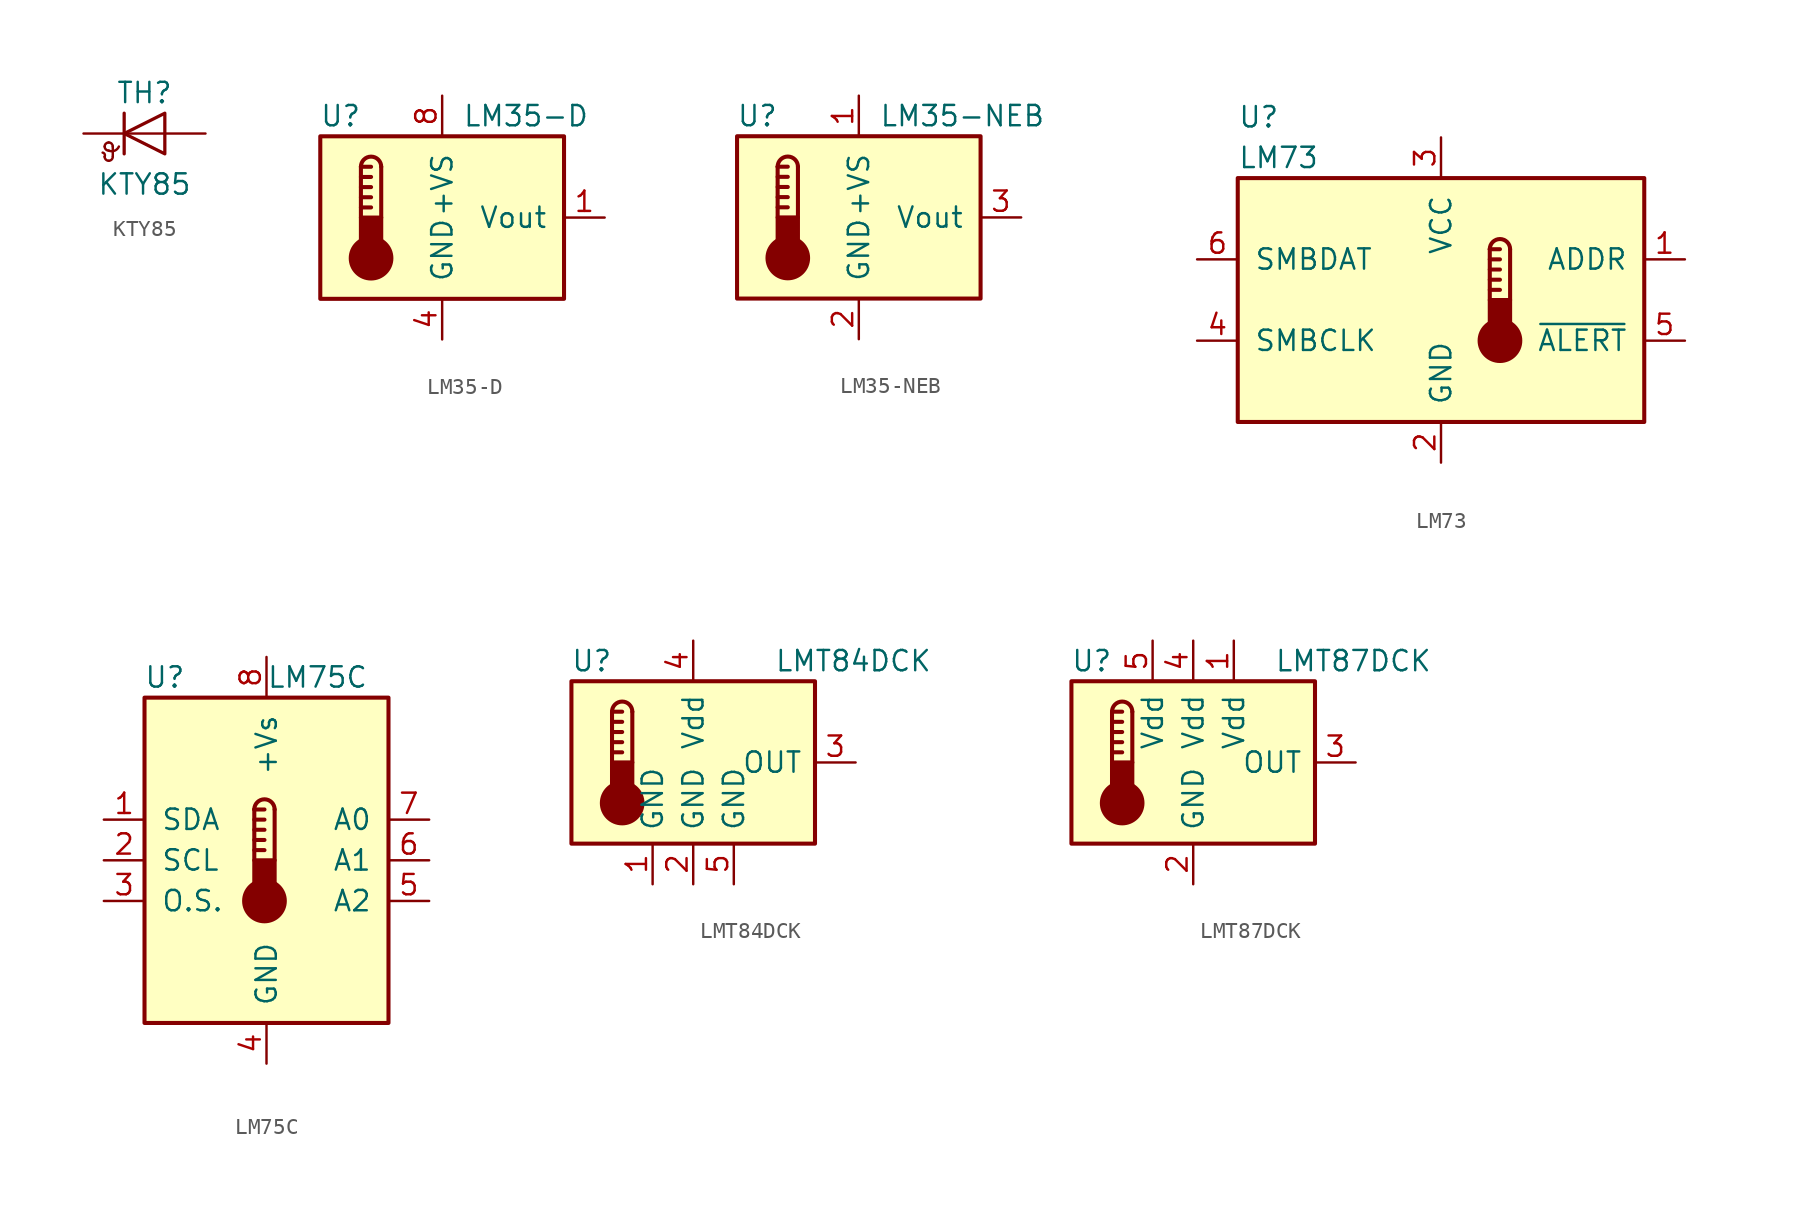
<source format=kicad_sym>
(kicad_symbol_lib
  (version 20201005)
  (generator kicad_symbol_editor)
  (symbol "KTY85"
    (pin_numbers hide)
    (pin_names
      (offset 0) hide)
    (property "Reference" "TH"
      (at 0 2.54 0)
      (effects (font (size 1.27 1.27))))
    (property "Value" "KTY85"
      (at 0 -3.175 0)
      (effects (font (size 1.27 1.27))))
    (symbol "KTY85_0_1"
      (arc (start -2.4892 -1.4478) (end -2.6162 -1.1938) (radius (at -2.6416 -1.3716) (length 0.1778) (angles -26.5 81.8)) (stroke (width 0)) (fill (type none)))
      (arc (start -2.4892 -1.4478) (end -2.2352 -1.7018) (radius (at -2.2352 -1.4478) (length 0.254) (angles 180 -90)) (stroke (width 0)) (fill (type none)))
      (arc (start -2.2352 -1.7018) (end -1.9812 -1.4478) (radius (at -2.2352 -1.4478) (length 0.254) (angles -90 0)) (stroke (width 0)) (fill (type none)))
      (arc (start -1.9812 -0.8128) (end -2.2352 -0.5588) (radius (at -2.2352 -0.8128) (length 0.254) (angles 0 90)) (stroke (width 0)) (fill (type none)))
      (arc (start -2.2352 -0.5588) (end -2.4892 -0.8128) (radius (at -2.2352 -0.8128) (length 0.254) (angles 90 180)) (stroke (width 0)) (fill (type none)))
      (arc (start -2.4892 -0.8128) (end -2.2352 -1.0668) (radius (at -2.2352 -0.8128) (length 0.254) (angles 180 -90)) (stroke (width 0)) (fill (type none)))
      (arc (start -2.2352 -1.0668) (end -1.6002 -0.8128) (radius (at -2.0828 -0.5842) (length 0.508) (angles -107.5 -25.3)) (stroke (width 0)) (fill (type none)))
      (polyline (pts (xy -1.981 -1.422) (xy -1.981 -0.813)) (stroke (width 0)) (fill (type none)))
      (polyline (pts (xy -1.27 1.27) (xy -1.27 -1.27)) (stroke (width 0.203)) (fill (type none)))
      (polyline (pts (xy 1.27 0) (xy -1.27 0)) (stroke (width 0)) (fill (type none)))
      (polyline (pts (xy 1.27 -1.27) (xy 1.27 1.27) (xy -1.27 0) (xy 1.27 -1.27)) (stroke (width 0.203)) (fill (type none))))
    (symbol "KTY85_1_1"
      (pin passive line (at -3.81 0 0) (length 2.54) (name "K" (effects (font (size 1.27 1.27)))) (number "1" (effects (font (size 1.27 1.27)))))
      (pin passive line (at 3.81 0 180) (length 2.54) (name "A" (effects (font (size 1.27 1.27)))) (number "2" (effects (font (size 1.27 1.27)))))))
  (symbol "LM35-D"
    (pin_names
      (offset 1.016))
    (property "Reference" "U"
      (at -6.35 6.35 0)
      (effects (font (size 1.27 1.27))))
    (property "Value" "LM35-D"
      (at 1.27 6.35 0)
      (effects (font (size 1.27 1.27)) (justify left)))
    (symbol "LM35-D_0_1"
      (arc (start -3.81 3.175) (end -5.08 3.175) (radius (at -4.445 3.175) (length 0.635) (angles 0.1 179.9)) (stroke (width 0.254)) (fill (type none)))
      (circle (center -4.445 -2.54) (radius 1.27) (stroke (width 0.254)) (fill (type outline)))
      (rectangle (start -7.62 5.08) (end 7.62 -5.08) (stroke (width 0.254)) (fill (type background)))
      (rectangle (start -3.81 -1.905) (end -5.08 0) (stroke (width 0.254)) (fill (type outline)))
      (polyline (pts (xy -5.08 0.635) (xy -4.445 0.635)) (stroke (width 0.254)) (fill (type none)))
      (polyline (pts (xy -5.08 1.27) (xy -4.445 1.27)) (stroke (width 0.254)) (fill (type none)))
      (polyline (pts (xy -5.08 1.905) (xy -4.445 1.905)) (stroke (width 0.254)) (fill (type none)))
      (polyline (pts (xy -5.08 2.54) (xy -4.445 2.54)) (stroke (width 0.254)) (fill (type none)))
      (polyline (pts (xy -5.08 3.175) (xy -5.08 0)) (stroke (width 0.254)) (fill (type none)))
      (polyline (pts (xy -5.08 3.175) (xy -4.445 3.175)) (stroke (width 0.254)) (fill (type none)))
      (polyline (pts (xy -3.81 3.175) (xy -3.81 0)) (stroke (width 0.254)) (fill (type none))))
    (symbol "LM35-D_1_1"
      (pin output line (at 10.16 0 180) (length 2.54) (name "Vout" (effects (font (size 1.27 1.27)))) (number "1" (effects (font (size 1.27 1.27)))))
      (pin no_connect line (at -2.54 -7.62 90) (length 2.54) hide (name "NC" (effects (font (size 1.27 1.27)))) (number "2" (effects (font (size 1.27 1.27)))))
      (pin no_connect line (at -2.54 7.62 270) (length 2.54) hide (name "NC" (effects (font (size 1.27 1.27)))) (number "3" (effects (font (size 1.27 1.27)))))
      (pin power_in line (at 0 -7.62 90) (length 2.54) (name "GND" (effects (font (size 1.27 1.27)))) (number "4" (effects (font (size 1.27 1.27)))))
      (pin no_connect line (at 2.54 -7.62 90) (length 2.54) hide (name "NC" (effects (font (size 1.27 1.27)))) (number "5" (effects (font (size 1.27 1.27)))))
      (pin no_connect line (at 5.08 -7.62 90) (length 2.54) hide (name "NC" (effects (font (size 1.27 1.27)))) (number "6" (effects (font (size 1.27 1.27)))))
      (pin no_connect line (at 10.16 2.54 180) (length 2.54) hide (name "NC" (effects (font (size 1.27 1.27)))) (number "7" (effects (font (size 1.27 1.27)))))
      (pin power_in line (at 0 7.62 270) (length 2.54) (name "+VS" (effects (font (size 1.27 1.27)))) (number "8" (effects (font (size 1.27 1.27)))))))
  (symbol "LM35-NEB"
    (pin_names
      (offset 1.016))
    (property "Reference" "U"
      (at -6.35 6.35 0)
      (effects (font (size 1.27 1.27))))
    (property "Value" "LM35-NEB"
      (at 1.27 6.35 0)
      (effects (font (size 1.27 1.27)) (justify left)))
    (symbol "LM35-NEB_0_1"
      (arc (start -3.81 3.175) (end -5.08 3.175) (radius (at -4.445 3.175) (length 0.635) (angles 0.1 179.9)) (stroke (width 0.254)) (fill (type none)))
      (circle (center -4.445 -2.54) (radius 1.27) (stroke (width 0.254)) (fill (type outline)))
      (rectangle (start -7.62 5.08) (end 7.62 -5.08) (stroke (width 0.254)) (fill (type background)))
      (rectangle (start -3.81 -1.905) (end -5.08 0) (stroke (width 0.254)) (fill (type outline)))
      (polyline (pts (xy -5.08 0.635) (xy -4.445 0.635)) (stroke (width 0.254)) (fill (type none)))
      (polyline (pts (xy -5.08 1.27) (xy -4.445 1.27)) (stroke (width 0.254)) (fill (type none)))
      (polyline (pts (xy -5.08 1.905) (xy -4.445 1.905)) (stroke (width 0.254)) (fill (type none)))
      (polyline (pts (xy -5.08 2.54) (xy -4.445 2.54)) (stroke (width 0.254)) (fill (type none)))
      (polyline (pts (xy -5.08 3.175) (xy -5.08 0)) (stroke (width 0.254)) (fill (type none)))
      (polyline (pts (xy -5.08 3.175) (xy -4.445 3.175)) (stroke (width 0.254)) (fill (type none)))
      (polyline (pts (xy -3.81 3.175) (xy -3.81 0)) (stroke (width 0.254)) (fill (type none))))
    (symbol "LM35-NEB_1_1"
      (pin power_in line (at 0 7.62 270) (length 2.54) (name "+VS" (effects (font (size 1.27 1.27)))) (number "1" (effects (font (size 1.27 1.27)))))
      (pin power_in line (at 0 -7.62 90) (length 2.54) (name "GND" (effects (font (size 1.27 1.27)))) (number "2" (effects (font (size 1.27 1.27)))))
      (pin output line (at 10.16 0 180) (length 2.54) (name "Vout" (effects (font (size 1.27 1.27)))) (number "3" (effects (font (size 1.27 1.27)))))))
  (symbol "LM73"
    (pin_names
      (offset 1.016))
    (property "Reference" "U"
      (at -12.7 11.43 0)
      (effects (font (size 1.27 1.27)) (justify left)))
    (property "Value" "LM73"
      (at -12.7 8.89 0)
      (effects (font (size 1.27 1.27)) (justify left)))
    (symbol "LM73_0_1"
      (arc (start 4.318 3.175) (end 3.048 3.175) (radius (at 3.683 3.175) (length 0.635) (angles 0.1 179.9)) (stroke (width 0.254)) (fill (type none)))
      (circle (center 3.683 -2.54) (radius 1.27) (stroke (width 0.254)) (fill (type outline)))
      (rectangle (start -12.7 7.62) (end 12.7 -7.62) (stroke (width 0.254)) (fill (type background)))
      (rectangle (start 4.318 -1.905) (end 3.048 0) (stroke (width 0.254)) (fill (type outline)))
      (polyline (pts (xy 3.048 0.635) (xy 3.683 0.635)) (stroke (width 0.254)) (fill (type none)))
      (polyline (pts (xy 3.048 1.27) (xy 3.683 1.27)) (stroke (width 0.254)) (fill (type none)))
      (polyline (pts (xy 3.048 1.905) (xy 3.683 1.905)) (stroke (width 0.254)) (fill (type none)))
      (polyline (pts (xy 3.048 2.54) (xy 3.683 2.54)) (stroke (width 0.254)) (fill (type none)))
      (polyline (pts (xy 3.048 3.175) (xy 3.048 0)) (stroke (width 0.254)) (fill (type none)))
      (polyline (pts (xy 3.048 3.175) (xy 3.683 3.175)) (stroke (width 0.254)) (fill (type none)))
      (polyline (pts (xy 4.318 3.175) (xy 4.318 0)) (stroke (width 0.254)) (fill (type none))))
    (symbol "LM73_1_1"
      (pin input line (at 15.24 2.54 180) (length 2.54) (name "ADDR" (effects (font (size 1.27 1.27)))) (number "1" (effects (font (size 1.27 1.27)))))
      (pin power_in line (at 0 -10.16 90) (length 2.54) (name "GND" (effects (font (size 1.27 1.27)))) (number "2" (effects (font (size 1.27 1.27)))))
      (pin power_in line (at 0 10.16 270) (length 2.54) (name "VCC" (effects (font (size 1.27 1.27)))) (number "3" (effects (font (size 1.27 1.27)))))
      (pin input line (at -15.24 -2.54 0) (length 2.54) (name "SMBCLK" (effects (font (size 1.27 1.27)))) (number "4" (effects (font (size 1.27 1.27)))))
      (pin output line (at 15.24 -2.54 180) (length 2.54) (name "~ALERT" (effects (font (size 1.27 1.27)))) (number "5" (effects (font (size 1.27 1.27)))))
      (pin bidirectional line (at -15.24 2.54 0) (length 2.54) (name "SMBDAT" (effects (font (size 1.27 1.27)))) (number "6" (effects (font (size 1.27 1.27)))))))
  (symbol "LM75C"
    (pin_names
      (offset 1.016))
    (property "Reference" "U"
      (at -6.35 11.43 0)
      (effects (font (size 1.27 1.27))))
    (property "Value" "LM75C"
      (at 0 11.43 0)
      (effects (font (size 1.27 1.27)) (justify left)))
    (symbol "LM75C_0_1"
      (arc (start 0.508 3.175) (end -0.762 3.175) (radius (at -0.127 3.175) (length 0.635) (angles 0.1 179.9)) (stroke (width 0.254)) (fill (type none)))
      (circle (center -0.127 -2.54) (radius 1.27) (stroke (width 0.254)) (fill (type outline)))
      (rectangle (start -7.62 10.16) (end 7.62 -10.16) (stroke (width 0.254)) (fill (type background)))
      (rectangle (start 0.508 -1.905) (end -0.762 0) (stroke (width 0.254)) (fill (type outline)))
      (polyline (pts (xy -0.762 0.635) (xy -0.127 0.635)) (stroke (width 0.254)) (fill (type none)))
      (polyline (pts (xy -0.762 1.27) (xy -0.127 1.27)) (stroke (width 0.254)) (fill (type none)))
      (polyline (pts (xy -0.762 1.905) (xy -0.127 1.905)) (stroke (width 0.254)) (fill (type none)))
      (polyline (pts (xy -0.762 2.54) (xy -0.127 2.54)) (stroke (width 0.254)) (fill (type none)))
      (polyline (pts (xy -0.762 3.175) (xy -0.762 0)) (stroke (width 0.254)) (fill (type none)))
      (polyline (pts (xy -0.762 3.175) (xy -0.127 3.175)) (stroke (width 0.254)) (fill (type none)))
      (polyline (pts (xy 0.508 3.175) (xy 0.508 0)) (stroke (width 0.254)) (fill (type none))))
    (symbol "LM75C_1_1"
      (pin bidirectional line (at -10.16 2.54 0) (length 2.54) (name "SDA" (effects (font (size 1.27 1.27)))) (number "1" (effects (font (size 1.27 1.27)))))
      (pin input line (at -10.16 0 0) (length 2.54) (name "SCL" (effects (font (size 1.27 1.27)))) (number "2" (effects (font (size 1.27 1.27)))))
      (pin open_collector line (at -10.16 -2.54 0) (length 2.54) (name "O.S." (effects (font (size 1.27 1.27)))) (number "3" (effects (font (size 1.27 1.27)))))
      (pin power_in line (at 0 -12.7 90) (length 2.54) (name "GND" (effects (font (size 1.27 1.27)))) (number "4" (effects (font (size 1.27 1.27)))))
      (pin input line (at 10.16 -2.54 180) (length 2.54) (name "A2" (effects (font (size 1.27 1.27)))) (number "5" (effects (font (size 1.27 1.27)))))
      (pin input line (at 10.16 0 180) (length 2.54) (name "A1" (effects (font (size 1.27 1.27)))) (number "6" (effects (font (size 1.27 1.27)))))
      (pin input line (at 10.16 2.54 180) (length 2.54) (name "A0" (effects (font (size 1.27 1.27)))) (number "7" (effects (font (size 1.27 1.27)))))
      (pin power_in line (at 0 12.7 270) (length 2.54) (name "+Vs" (effects (font (size 1.27 1.27)))) (number "8" (effects (font (size 1.27 1.27)))))))
  (symbol "LMT84DCK"
    (pin_names
      (offset 0.762))
    (property "Reference" "U"
      (at -6.35 6.35 0)
      (effects (font (size 1.27 1.27))))
    (property "Value" "LMT84DCK"
      (at 5.08 6.35 0)
      (effects (font (size 1.27 1.27)) (justify left)))
    (symbol "LMT84DCK_0_1"
      (arc (start -3.81 3.175) (end -5.08 3.175) (radius (at -4.445 3.175) (length 0.635) (angles 0.1 179.9)) (stroke (width 0.254)) (fill (type none)))
      (circle (center -4.445 -2.54) (radius 1.27) (stroke (width 0.254)) (fill (type outline)))
      (rectangle (start -7.62 5.08) (end 7.62 -5.08) (stroke (width 0.254)) (fill (type background)))
      (rectangle (start -3.81 -1.905) (end -5.08 0) (stroke (width 0.254)) (fill (type outline)))
      (polyline (pts (xy -5.08 0.635) (xy -4.445 0.635)) (stroke (width 0.254)) (fill (type none)))
      (polyline (pts (xy -5.08 1.27) (xy -4.445 1.27)) (stroke (width 0.254)) (fill (type none)))
      (polyline (pts (xy -5.08 1.905) (xy -4.445 1.905)) (stroke (width 0.254)) (fill (type none)))
      (polyline (pts (xy -5.08 2.54) (xy -4.445 2.54)) (stroke (width 0.254)) (fill (type none)))
      (polyline (pts (xy -5.08 3.175) (xy -5.08 0)) (stroke (width 0.254)) (fill (type none)))
      (polyline (pts (xy -5.08 3.175) (xy -4.445 3.175)) (stroke (width 0.254)) (fill (type none)))
      (polyline (pts (xy -3.81 3.175) (xy -3.81 0)) (stroke (width 0.254)) (fill (type none))))
    (symbol "LMT84DCK_1_1"
      (pin power_in line (at -2.54 -7.62 90) (length 2.54) (name "GND" (effects (font (size 1.27 1.27)))) (number "1" (effects (font (size 1.27 1.27)))))
      (pin power_in line (at 0 -7.62 90) (length 2.54) (name "GND" (effects (font (size 1.27 1.27)))) (number "2" (effects (font (size 1.27 1.27)))))
      (pin output line (at 10.16 0 180) (length 2.54) (name "OUT" (effects (font (size 1.27 1.27)))) (number "3" (effects (font (size 1.27 1.27)))))
      (pin power_in line (at 0 7.62 270) (length 2.54) (name "Vdd" (effects (font (size 1.27 1.27)))) (number "4" (effects (font (size 1.27 1.27)))))
      (pin power_in line (at 2.54 -7.62 90) (length 2.54) (name "GND" (effects (font (size 1.27 1.27)))) (number "5" (effects (font (size 1.27 1.27)))))))
  (symbol "LMT87DCK"
    (pin_names
      (offset 0.762))
    (property "Reference" "U"
      (at -6.35 6.35 0)
      (effects (font (size 1.27 1.27))))
    (property "Value" "LMT87DCK"
      (at 5.08 6.35 0)
      (effects (font (size 1.27 1.27)) (justify left)))
    (symbol "LMT87DCK_0_1"
      (arc (start -3.81 3.175) (end -5.08 3.175) (radius (at -4.445 3.175) (length 0.635) (angles 0.1 179.9)) (stroke (width 0.254)) (fill (type none)))
      (circle (center -4.445 -2.54) (radius 1.27) (stroke (width 0.254)) (fill (type outline)))
      (rectangle (start -7.62 5.08) (end 7.62 -5.08) (stroke (width 0.254)) (fill (type background)))
      (rectangle (start -3.81 -1.905) (end -5.08 0) (stroke (width 0.254)) (fill (type outline)))
      (polyline (pts (xy -5.08 0.635) (xy -4.445 0.635)) (stroke (width 0.254)) (fill (type none)))
      (polyline (pts (xy -5.08 1.27) (xy -4.445 1.27)) (stroke (width 0.254)) (fill (type none)))
      (polyline (pts (xy -5.08 1.905) (xy -4.445 1.905)) (stroke (width 0.254)) (fill (type none)))
      (polyline (pts (xy -5.08 2.54) (xy -4.445 2.54)) (stroke (width 0.254)) (fill (type none)))
      (polyline (pts (xy -5.08 3.175) (xy -5.08 0)) (stroke (width 0.254)) (fill (type none)))
      (polyline (pts (xy -5.08 3.175) (xy -4.445 3.175)) (stroke (width 0.254)) (fill (type none)))
      (polyline (pts (xy -3.81 3.175) (xy -3.81 0)) (stroke (width 0.254)) (fill (type none))))
    (symbol "LMT87DCK_1_1"
      (pin power_in line (at 2.54 7.62 270) (length 2.54) (name "Vdd" (effects (font (size 1.27 1.27)))) (number "1" (effects (font (size 1.27 1.27)))))
      (pin power_in line (at 0 -7.62 90) (length 2.54) (name "GND" (effects (font (size 1.27 1.27)))) (number "2" (effects (font (size 1.27 1.27)))))
      (pin output line (at 10.16 0 180) (length 2.54) (name "OUT" (effects (font (size 1.27 1.27)))) (number "3" (effects (font (size 1.27 1.27)))))
      (pin power_in line (at 0 7.62 270) (length 2.54) (name "Vdd" (effects (font (size 1.27 1.27)))) (number "4" (effects (font (size 1.27 1.27)))))
      (pin power_in line (at -2.54 7.62 270) (length 2.54) (name "Vdd" (effects (font (size 1.27 1.27)))) (number "5" (effects (font (size 1.27 1.27))))))))
</source>
